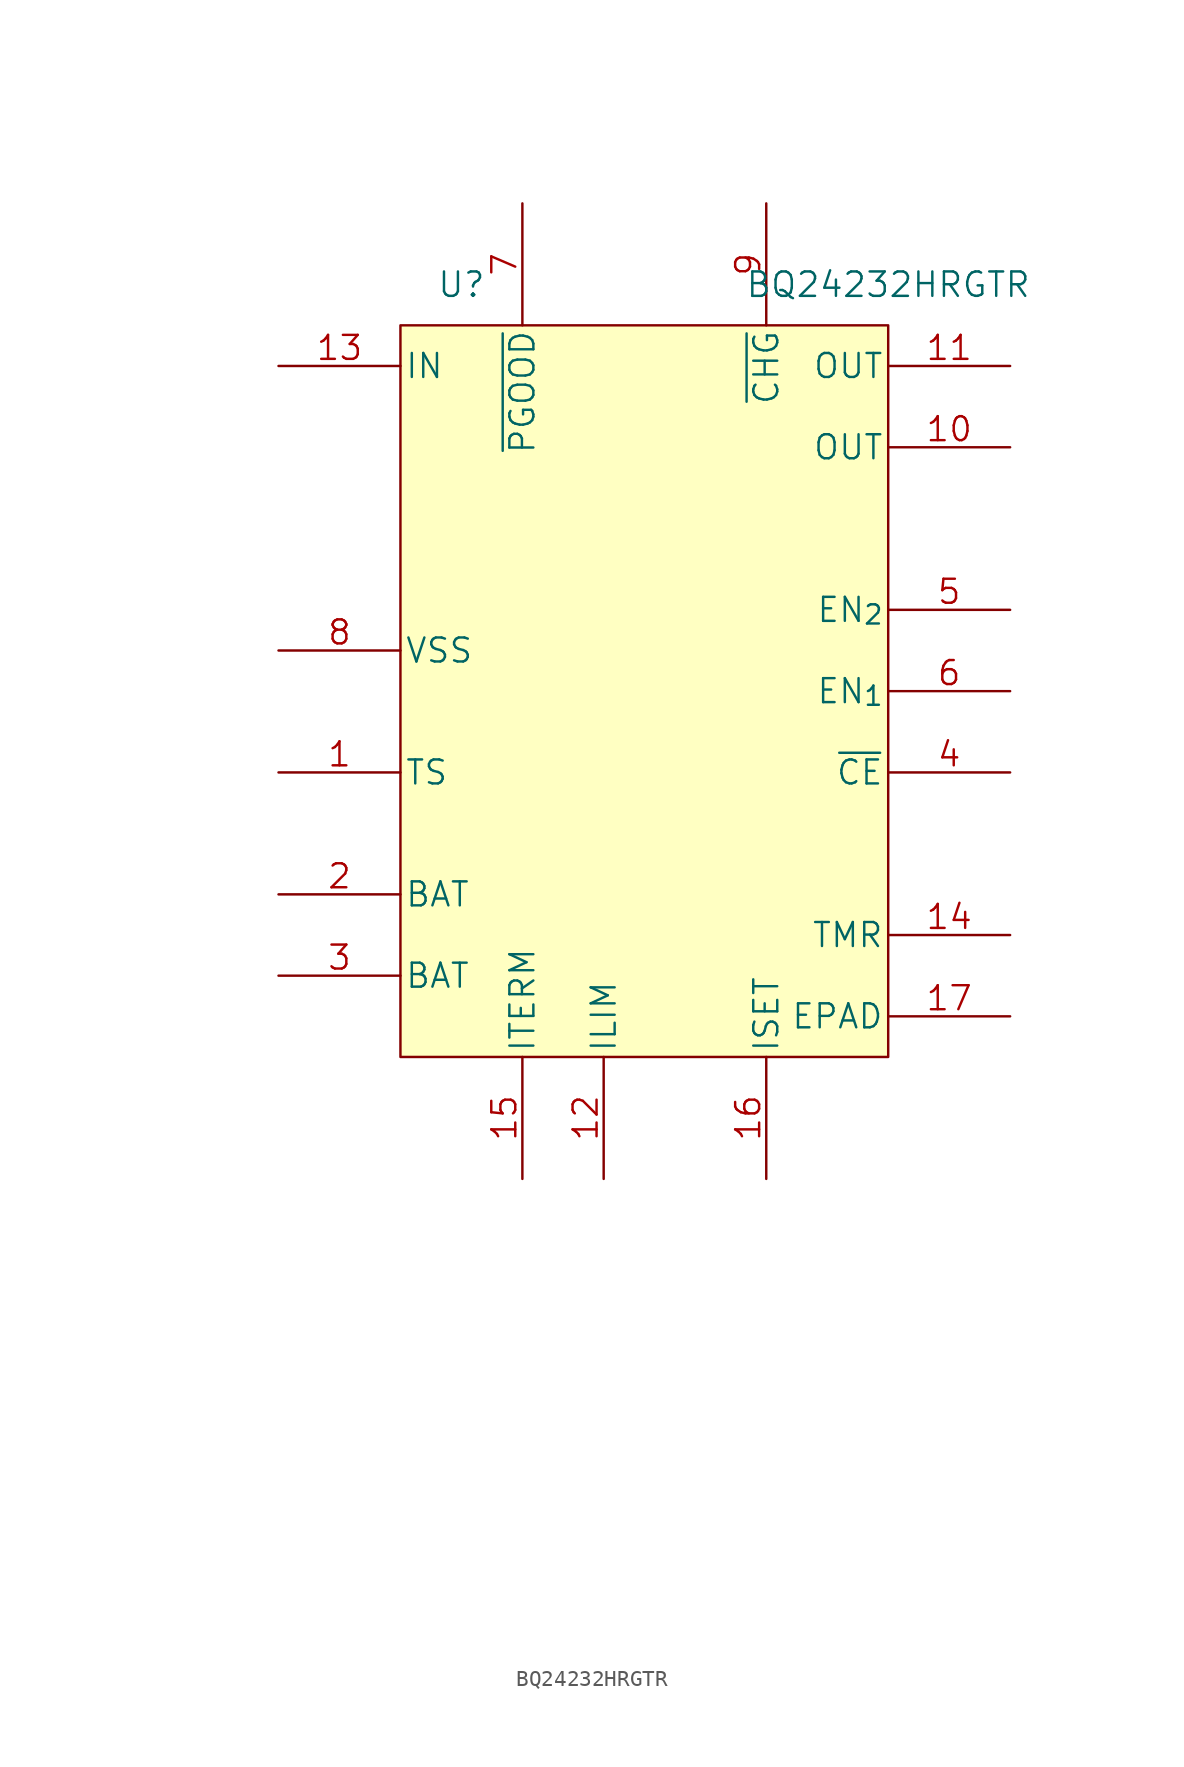
<source format=kicad_sym>
(kicad_symbol_lib
  (version 20211014)
  (generator kicad_symbol_editor)
  (symbol "BQ24232HRGTR"
    (pin_names
      (offset 0.254))
    (property "Reference" "U"
      (at -11.43 22.86 0)
      (effects (font (size 1.524 1.524))))
    (property "Value" "BQ24232HRGTR"
      (at 15.24 22.86 0)
      (effects (font (size 1.524 1.524))))
    (property "Datasheet" ""
      (at -30.48 -54.61 0)
      (effects (font (size 1.524 1.524))))
    (property "ki_locked" ""
      (at 0 0 0)
      (effects (font (size 1.27 1.27))))
    (symbol "BQ24232HRGTR_1_1"
      (rectangle (start -15.24 20.32) (end 15.24 -25.4) (stroke (width 0) (type default) (color 0 0 0 0)) (fill (type background)))
      (pin input line (at -22.86 -7.62 0) (length 7.62) (name "TS" (effects (font (size 1.499 1.499)))) (number "1" (effects (font (size 1.499 1.499)))))
      (pin power_in line (at 22.86 12.7 180) (length 7.62) (name "OUT" (effects (font (size 1.499 1.499)))) (number "10" (effects (font (size 1.499 1.499)))))
      (pin power_in line (at 22.86 17.78 180) (length 7.62) (name "OUT" (effects (font (size 1.499 1.499)))) (number "11" (effects (font (size 1.499 1.499)))))
      (pin input line (at -2.54 -33.02 90) (length 7.62) (name "ILIM" (effects (font (size 1.499 1.499)))) (number "12" (effects (font (size 1.499 1.499)))))
      (pin power_in line (at -22.86 17.78 0) (length 7.62) (name "IN" (effects (font (size 1.499 1.499)))) (number "13" (effects (font (size 1.499 1.499)))))
      (pin input line (at 22.86 -17.78 180) (length 7.62) (name "TMR" (effects (font (size 1.499 1.499)))) (number "14" (effects (font (size 1.499 1.499)))))
      (pin input line (at -7.62 -33.02 90) (length 7.62) (name "ITERM" (effects (font (size 1.499 1.499)))) (number "15" (effects (font (size 1.499 1.499)))))
      (pin input line (at 7.62 -33.02 90) (length 7.62) (name "ISET" (effects (font (size 1.499 1.499)))) (number "16" (effects (font (size 1.499 1.499)))))
      (pin power_in line (at 22.86 -22.86 180) (length 7.62) (name "EPAD" (effects (font (size 1.499 1.499)))) (number "17" (effects (font (size 1.499 1.499)))))
      (pin power_in line (at -22.86 -15.24 0) (length 7.62) (name "BAT" (effects (font (size 1.499 1.499)))) (number "2" (effects (font (size 1.499 1.499)))))
      (pin power_in line (at -22.86 -20.32 0) (length 7.62) (name "BAT" (effects (font (size 1.499 1.499)))) (number "3" (effects (font (size 1.499 1.499)))))
      (pin input line (at 22.86 -7.62 180) (length 7.62) (name "~{CE}" (effects (font (size 1.499 1.499)))) (number "4" (effects (font (size 1.499 1.499)))))
      (pin input line (at 22.86 2.54 180) (length 7.62) (name "EN_{2}" (effects (font (size 1.499 1.499)))) (number "5" (effects (font (size 1.499 1.499)))))
      (pin input line (at 22.86 -2.54 180) (length 7.62) (name "EN_{1}" (effects (font (size 1.499 1.499)))) (number "6" (effects (font (size 1.499 1.499)))))
      (pin output line (at -7.62 27.94 270) (length 7.62) (name "~{PGOOD}" (effects (font (size 1.499 1.499)))) (number "7" (effects (font (size 1.499 1.499)))))
      (pin power_in line (at -22.86 0 0) (length 7.62) (name "VSS" (effects (font (size 1.499 1.499)))) (number "8" (effects (font (size 1.499 1.499)))))
      (pin input line (at 7.62 27.94 270) (length 7.62) (name "~{CHG}" (effects (font (size 1.499 1.499)))) (number "9" (effects (font (size 1.499 1.499))))))))
</source>
